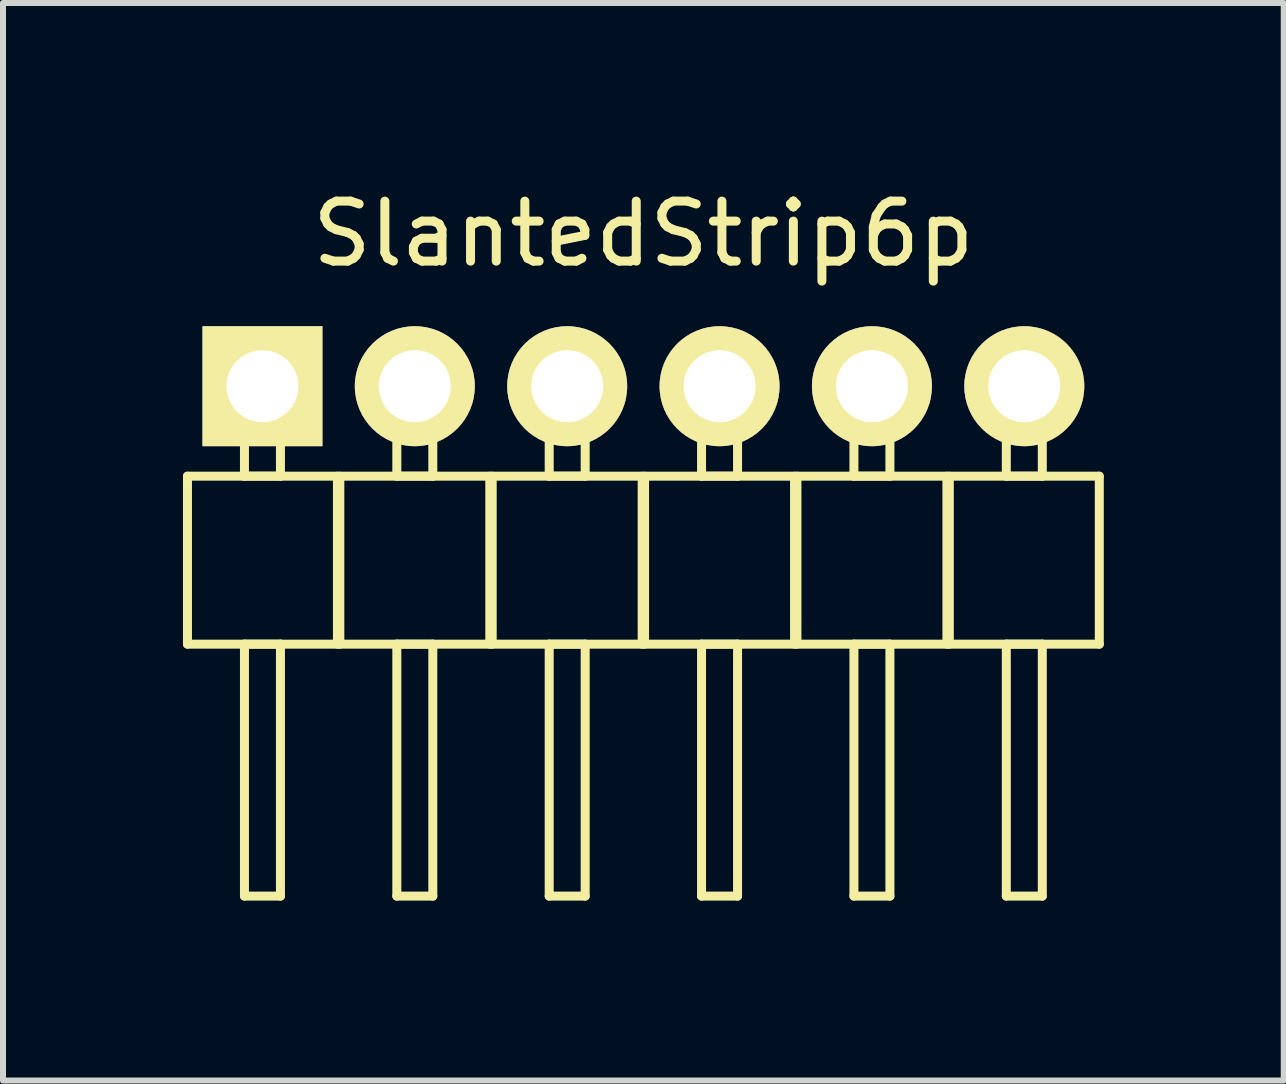
<source format=kicad_pcb>
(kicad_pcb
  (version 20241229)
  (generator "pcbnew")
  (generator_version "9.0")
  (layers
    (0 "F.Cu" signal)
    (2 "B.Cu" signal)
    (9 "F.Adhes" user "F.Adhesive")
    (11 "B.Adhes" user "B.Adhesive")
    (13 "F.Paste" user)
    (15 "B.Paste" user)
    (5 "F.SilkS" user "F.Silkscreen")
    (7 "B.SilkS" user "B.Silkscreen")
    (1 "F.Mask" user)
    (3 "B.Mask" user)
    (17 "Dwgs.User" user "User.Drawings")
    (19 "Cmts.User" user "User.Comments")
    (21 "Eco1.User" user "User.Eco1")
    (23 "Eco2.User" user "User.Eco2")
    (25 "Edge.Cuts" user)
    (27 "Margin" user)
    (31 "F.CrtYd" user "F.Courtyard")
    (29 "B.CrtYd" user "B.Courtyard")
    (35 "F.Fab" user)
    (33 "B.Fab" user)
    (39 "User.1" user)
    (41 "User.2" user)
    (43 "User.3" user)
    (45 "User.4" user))
  (footprint "SlantedStrip6p"
    (layer "F.Cu")
    (at 1.325 3.388)
    (property "Reference" "SlantedStrip6p" (at 6.35 -2.54 0) (layer "F.SilkS") (effects (font (size 1 1) (thickness 0.15))))
    (attr through_hole)
    (fp_line (start -1.25 1.5) (end -1.25 4.3) (stroke (width 0.15) (type solid)) (layer "F.SilkS"))
    (fp_line (start -1.25 1.5) (end 1.25 1.5) (stroke (width 0.15) (type solid)) (layer "F.SilkS"))
    (fp_line (start -1.25 4.3) (end 1.25 4.3) (stroke (width 0.15) (type solid)) (layer "F.SilkS"))
    (fp_line (start -0.3 -0.3) (end 0.3 -0.3) (stroke (width 0.15) (type solid)) (layer "F.SilkS"))
    (fp_line (start -0.3 0) (end -0.3 -0.3) (stroke (width 0.15) (type solid)) (layer "F.SilkS"))
    (fp_line (start -0.3 1.5) (end -0.3 0) (stroke (width 0.15) (type solid)) (layer "F.SilkS"))
    (fp_line (start -0.3 4.3) (end -0.3 8.5) (stroke (width 0.15) (type solid)) (layer "F.SilkS"))
    (fp_line (start -0.3 8.5) (end 0.3 8.5) (stroke (width 0.15) (type solid)) (layer "F.SilkS"))
    (fp_line (start 0.3 -0.3) (end 0.3 0) (stroke (width 0.15) (type solid)) (layer "F.SilkS"))
    (fp_line (start 0.3 0) (end 0.3 1.5) (stroke (width 0.15) (type solid)) (layer "F.SilkS"))
    (fp_line (start 0.3 1.5) (end -0.3 1.5) (stroke (width 0.15) (type solid)) (layer "F.SilkS"))
    (fp_line (start 0.3 4.3) (end -0.3 4.3) (stroke (width 0.15) (type solid)) (layer "F.SilkS"))
    (fp_line (start 0.3 4.3) (end 0.3 8.5) (stroke (width 0.15) (type solid)) (layer "F.SilkS"))
    (fp_line (start 1.25 1.5) (end 1.25 4.3) (stroke (width 0.15) (type solid)) (layer "F.SilkS"))
    (fp_line (start 1.29 1.5) (end 1.29 4.3) (stroke (width 0.15) (type solid)) (layer "F.SilkS"))
    (fp_line (start 1.29 1.5) (end 3.79 1.5) (stroke (width 0.15) (type solid)) (layer "F.SilkS"))
    (fp_line (start 1.29 4.3) (end 3.79 4.3) (stroke (width 0.15) (type solid)) (layer "F.SilkS"))
    (fp_line (start 2.24 -0.3) (end 2.84 -0.3) (stroke (width 0.15) (type solid)) (layer "F.SilkS"))
    (fp_line (start 2.24 0) (end 2.24 -0.3) (stroke (width 0.15) (type solid)) (layer "F.SilkS"))
    (fp_line (start 2.24 1.5) (end 2.24 0) (stroke (width 0.15) (type solid)) (layer "F.SilkS"))
    (fp_line (start 2.24 4.3) (end 2.24 8.5) (stroke (width 0.15) (type solid)) (layer "F.SilkS"))
    (fp_line (start 2.24 8.5) (end 2.84 8.5) (stroke (width 0.15) (type solid)) (layer "F.SilkS"))
    (fp_line (start 2.84 -0.3) (end 2.84 0) (stroke (width 0.15) (type solid)) (layer "F.SilkS"))
    (fp_line (start 2.84 0) (end 2.84 1.5) (stroke (width 0.15) (type solid)) (layer "F.SilkS"))
    (fp_line (start 2.84 1.5) (end 2.24 1.5) (stroke (width 0.15) (type solid)) (layer "F.SilkS"))
    (fp_line (start 2.84 4.3) (end 2.24 4.3) (stroke (width 0.15) (type solid)) (layer "F.SilkS"))
    (fp_line (start 2.84 4.3) (end 2.84 8.5) (stroke (width 0.15) (type solid)) (layer "F.SilkS"))
    (fp_line (start 3.79 1.5) (end 3.79 4.3) (stroke (width 0.15) (type solid)) (layer "F.SilkS"))
    (fp_line (start 3.83 1.5) (end 3.83 4.3) (stroke (width 0.15) (type solid)) (layer "F.SilkS"))
    (fp_line (start 3.83 1.5) (end 6.33 1.5) (stroke (width 0.15) (type solid)) (layer "F.SilkS"))
    (fp_line (start 3.83 4.3) (end 6.33 4.3) (stroke (width 0.15) (type solid)) (layer "F.SilkS"))
    (fp_line (start 4.78 -0.3) (end 5.38 -0.3) (stroke (width 0.15) (type solid)) (layer "F.SilkS"))
    (fp_line (start 4.78 0) (end 4.78 -0.3) (stroke (width 0.15) (type solid)) (layer "F.SilkS"))
    (fp_line (start 4.78 1.5) (end 4.78 0) (stroke (width 0.15) (type solid)) (layer "F.SilkS"))
    (fp_line (start 4.78 4.3) (end 4.78 8.5) (stroke (width 0.15) (type solid)) (layer "F.SilkS"))
    (fp_line (start 4.78 8.5) (end 5.38 8.5) (stroke (width 0.15) (type solid)) (layer "F.SilkS"))
    (fp_line (start 5.38 -0.3) (end 5.38 0) (stroke (width 0.15) (type solid)) (layer "F.SilkS"))
    (fp_line (start 5.38 0) (end 5.38 1.5) (stroke (width 0.15) (type solid)) (layer "F.SilkS"))
    (fp_line (start 5.38 1.5) (end 4.78 1.5) (stroke (width 0.15) (type solid)) (layer "F.SilkS"))
    (fp_line (start 5.38 4.3) (end 4.78 4.3) (stroke (width 0.15) (type solid)) (layer "F.SilkS"))
    (fp_line (start 5.38 4.3) (end 5.38 8.5) (stroke (width 0.15) (type solid)) (layer "F.SilkS"))
    (fp_line (start 6.33 1.5) (end 6.33 4.3) (stroke (width 0.15) (type solid)) (layer "F.SilkS"))
    (fp_line (start 6.37 1.5) (end 6.37 4.3) (stroke (width 0.15) (type solid)) (layer "F.SilkS"))
    (fp_line (start 6.37 1.5) (end 8.87 1.5) (stroke (width 0.15) (type solid)) (layer "F.SilkS"))
    (fp_line (start 6.37 4.3) (end 8.87 4.3) (stroke (width 0.15) (type solid)) (layer "F.SilkS"))
    (fp_line (start 7.32 -0.3) (end 7.92 -0.3) (stroke (width 0.15) (type solid)) (layer "F.SilkS"))
    (fp_line (start 7.32 0) (end 7.32 -0.3) (stroke (width 0.15) (type solid)) (layer "F.SilkS"))
    (fp_line (start 7.32 1.5) (end 7.32 0) (stroke (width 0.15) (type solid)) (layer "F.SilkS"))
    (fp_line (start 7.32 4.3) (end 7.32 8.5) (stroke (width 0.15) (type solid)) (layer "F.SilkS"))
    (fp_line (start 7.32 8.5) (end 7.92 8.5) (stroke (width 0.15) (type solid)) (layer "F.SilkS"))
    (fp_line (start 7.92 -0.3) (end 7.92 0) (stroke (width 0.15) (type solid)) (layer "F.SilkS"))
    (fp_line (start 7.92 0) (end 7.92 1.5) (stroke (width 0.15) (type solid)) (layer "F.SilkS"))
    (fp_line (start 7.92 1.5) (end 7.32 1.5) (stroke (width 0.15) (type solid)) (layer "F.SilkS"))
    (fp_line (start 7.92 4.3) (end 7.32 4.3) (stroke (width 0.15) (type solid)) (layer "F.SilkS"))
    (fp_line (start 7.92 4.3) (end 7.92 8.5) (stroke (width 0.15) (type solid)) (layer "F.SilkS"))
    (fp_line (start 8.87 1.5) (end 8.87 4.3) (stroke (width 0.15) (type solid)) (layer "F.SilkS"))
    (fp_line (start 8.91 1.5) (end 8.91 4.3) (stroke (width 0.15) (type solid)) (layer "F.SilkS"))
    (fp_line (start 8.91 1.5) (end 11.41 1.5) (stroke (width 0.15) (type solid)) (layer "F.SilkS"))
    (fp_line (start 8.91 4.3) (end 11.41 4.3) (stroke (width 0.15) (type solid)) (layer "F.SilkS"))
    (fp_line (start 9.86 -0.3) (end 10.46 -0.3) (stroke (width 0.15) (type solid)) (layer "F.SilkS"))
    (fp_line (start 9.86 0) (end 9.86 -0.3) (stroke (width 0.15) (type solid)) (layer "F.SilkS"))
    (fp_line (start 9.86 1.5) (end 9.86 0) (stroke (width 0.15) (type solid)) (layer "F.SilkS"))
    (fp_line (start 9.86 4.3) (end 9.86 8.5) (stroke (width 0.15) (type solid)) (layer "F.SilkS"))
    (fp_line (start 9.86 8.5) (end 10.46 8.5) (stroke (width 0.15) (type solid)) (layer "F.SilkS"))
    (fp_line (start 10.46 -0.3) (end 10.46 0) (stroke (width 0.15) (type solid)) (layer "F.SilkS"))
    (fp_line (start 10.46 0) (end 10.46 1.5) (stroke (width 0.15) (type solid)) (layer "F.SilkS"))
    (fp_line (start 10.46 1.5) (end 9.86 1.5) (stroke (width 0.15) (type solid)) (layer "F.SilkS"))
    (fp_line (start 10.46 4.3) (end 9.86 4.3) (stroke (width 0.15) (type solid)) (layer "F.SilkS"))
    (fp_line (start 10.46 4.3) (end 10.46 8.5) (stroke (width 0.15) (type solid)) (layer "F.SilkS"))
    (fp_line (start 11.41 1.5) (end 11.41 4.3) (stroke (width 0.15) (type solid)) (layer "F.SilkS"))
    (fp_line (start 11.45 1.5) (end 11.45 4.3) (stroke (width 0.15) (type solid)) (layer "F.SilkS"))
    (fp_line (start 11.45 1.5) (end 13.95 1.5) (stroke (width 0.15) (type solid)) (layer "F.SilkS"))
    (fp_line (start 11.45 4.3) (end 13.95 4.3) (stroke (width 0.15) (type solid)) (layer "F.SilkS"))
    (fp_line (start 12.4 -0.3) (end 13 -0.3) (stroke (width 0.15) (type solid)) (layer "F.SilkS"))
    (fp_line (start 12.4 0) (end 12.4 -0.3) (stroke (width 0.15) (type solid)) (layer "F.SilkS"))
    (fp_line (start 12.4 1.5) (end 12.4 0) (stroke (width 0.15) (type solid)) (layer "F.SilkS"))
    (fp_line (start 12.4 4.3) (end 12.4 8.5) (stroke (width 0.15) (type solid)) (layer "F.SilkS"))
    (fp_line (start 12.4 8.5) (end 13 8.5) (stroke (width 0.15) (type solid)) (layer "F.SilkS"))
    (fp_line (start 13 -0.3) (end 13 0) (stroke (width 0.15) (type solid)) (layer "F.SilkS"))
    (fp_line (start 13 0) (end 13 1.5) (stroke (width 0.15) (type solid)) (layer "F.SilkS"))
    (fp_line (start 13 1.5) (end 12.4 1.5) (stroke (width 0.15) (type solid)) (layer "F.SilkS"))
    (fp_line (start 13 4.3) (end 12.4 4.3) (stroke (width 0.15) (type solid)) (layer "F.SilkS"))
    (fp_line (start 13 4.3) (end 13 8.5) (stroke (width 0.15) (type solid)) (layer "F.SilkS"))
    (fp_line (start 13.95 1.5) (end 13.95 4.3) (stroke (width 0.15) (type solid)) (layer "F.SilkS"))
    (pad "1" thru_hole rect (at 0 0) (size 2 2) (drill 1.2) (layers "*.Cu" "*.Mask" "F.SilkS"))
    (pad "2" thru_hole circle (at 2.54 0) (size 2 2) (drill 1.2) (layers "*.Cu" "*.Mask" "F.SilkS"))
    (pad "3" thru_hole circle (at 5.08 0) (size 2 2) (drill 1.2) (layers "*.Cu" "*.Mask" "F.SilkS"))
    (pad "4" thru_hole circle (at 7.62 0) (size 2 2) (drill 1.2) (layers "*.Cu" "*.Mask" "F.SilkS"))
    (pad "5" thru_hole circle (at 10.16 0) (size 2 2) (drill 1.2) (layers "*.Cu" "*.Mask" "F.SilkS"))
    (pad "6" thru_hole circle (at 12.7 0) (size 2 2) (drill 1.2) (layers "*.Cu" "*.Mask" "F.SilkS")))
  (gr_rect
    (start -3 -3)
    (end 18.35 14.963)
    (stroke (width 0.1) (type default))
    (fill no)
    (layer "Edge.Cuts")))
</source>
